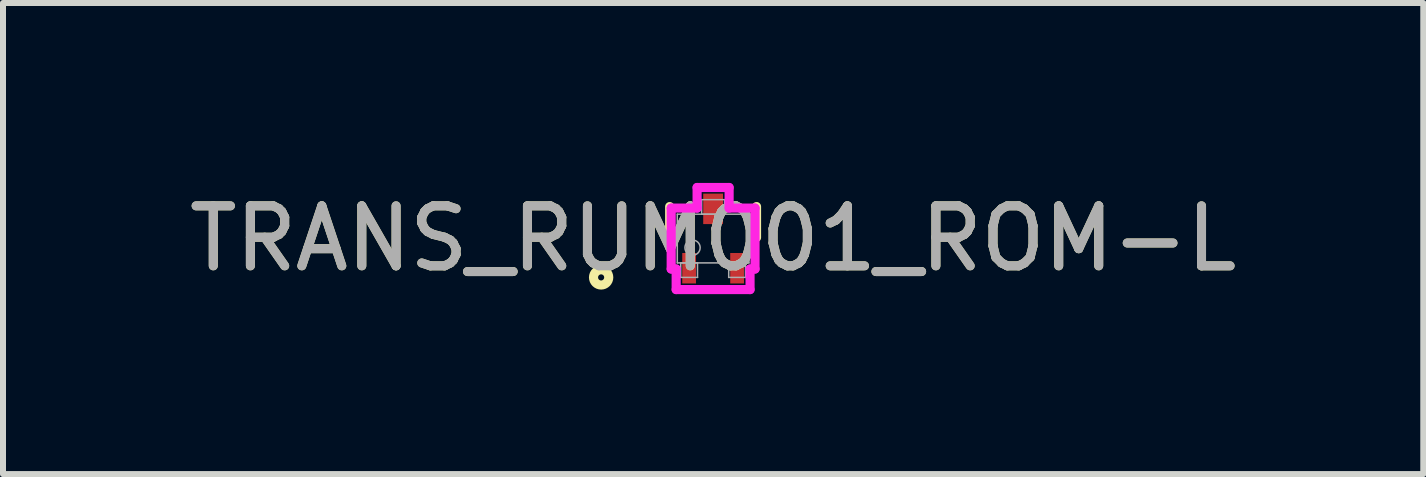
<source format=kicad_pcb>
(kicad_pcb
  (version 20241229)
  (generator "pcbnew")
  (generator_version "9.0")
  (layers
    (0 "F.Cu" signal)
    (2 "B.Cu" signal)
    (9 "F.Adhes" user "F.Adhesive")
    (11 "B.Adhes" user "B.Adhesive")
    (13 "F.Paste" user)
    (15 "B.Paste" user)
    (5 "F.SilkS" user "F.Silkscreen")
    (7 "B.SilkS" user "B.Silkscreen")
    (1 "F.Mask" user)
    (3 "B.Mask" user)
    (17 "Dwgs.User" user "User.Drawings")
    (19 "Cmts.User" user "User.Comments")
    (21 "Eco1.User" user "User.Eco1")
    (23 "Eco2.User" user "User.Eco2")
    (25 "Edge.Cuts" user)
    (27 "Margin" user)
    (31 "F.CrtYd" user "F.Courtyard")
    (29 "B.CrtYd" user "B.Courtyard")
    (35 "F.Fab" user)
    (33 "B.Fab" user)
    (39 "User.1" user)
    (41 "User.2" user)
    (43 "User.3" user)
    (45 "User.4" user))
  (footprint "TRANS_RUM001_ROM-L"
    (layer "F.Cu")
    (at 8.839 0.927)
    (property "Reference" "TRANS_RUM001_ROM-L" (at 0 0 0) (unlocked yes) (layer "F.SilkS") (effects (font (size 1 1) (thickness 0.15))))
    (attr smd)
    (fp_line (start -0.724 -0.533) (end -0.724 -0.017) (stroke (width 0.152) (type solid)) (layer "F.SilkS"))
    (fp_line (start 0.724 -0.017) (end 0.724 -0.533) (stroke (width 0.152) (type solid)) (layer "F.SilkS"))
    (fp_circle (center -1.867 0.648) (end -1.74 0.648) (stroke (width 0.152) (type solid)) (fill no) (layer "F.SilkS"))
    (fp_line (start -0.699 -0.508) (end -0.267 -0.508) (stroke (width 0.152) (type solid)) (layer "F.CrtYd"))
    (fp_line (start -0.699 0.508) (end -0.699 -0.508) (stroke (width 0.152) (type solid)) (layer "F.CrtYd"))
    (fp_line (start -0.699 0.508) (end -0.616 0.508) (stroke (width 0.152) (type solid)) (layer "F.CrtYd"))
    (fp_line (start -0.616 0.508) (end -0.616 0.851) (stroke (width 0.152) (type solid)) (layer "F.CrtYd"))
    (fp_line (start -0.616 0.851) (end 0.616 0.851) (stroke (width 0.152) (type solid)) (layer "F.CrtYd"))
    (fp_line (start -0.267 -0.851) (end 0.267 -0.851) (stroke (width 0.152) (type solid)) (layer "F.CrtYd"))
    (fp_line (start -0.267 -0.508) (end -0.267 -0.851) (stroke (width 0.152) (type solid)) (layer "F.CrtYd"))
    (fp_line (start 0.267 -0.508) (end 0.267 -0.851) (stroke (width 0.152) (type solid)) (layer "F.CrtYd"))
    (fp_line (start 0.616 0.508) (end 0.616 0.851) (stroke (width 0.152) (type solid)) (layer "F.CrtYd"))
    (fp_line (start 0.699 -0.508) (end 0.267 -0.508) (stroke (width 0.152) (type solid)) (layer "F.CrtYd"))
    (fp_line (start 0.699 -0.508) (end 0.699 0.508) (stroke (width 0.152) (type solid)) (layer "F.CrtYd"))
    (fp_line (start 0.699 0.508) (end 0.616 0.508) (stroke (width 0.152) (type solid)) (layer "F.CrtYd"))
    (fp_line (start -0.597 -0.406) (end -0.597 0.406) (stroke (width 0.025) (type solid)) (layer "F.Fab"))
    (fp_line (start -0.597 0.406) (end 0.597 0.406) (stroke (width 0.025) (type solid)) (layer "F.Fab"))
    (fp_line (start -0.54 0.406) (end -0.54 0.648) (stroke (width 0.025) (type solid)) (layer "F.Fab"))
    (fp_line (start -0.54 0.648) (end -0.26 0.648) (stroke (width 0.025) (type solid)) (layer "F.Fab"))
    (fp_line (start -0.26 0.406) (end -0.54 0.406) (stroke (width 0.025) (type solid)) (layer "F.Fab"))
    (fp_line (start -0.26 0.648) (end -0.26 0.406) (stroke (width 0.025) (type solid)) (layer "F.Fab"))
    (fp_line (start -0.191 -0.648) (end -0.191 -0.406) (stroke (width 0.025) (type solid)) (layer "F.Fab"))
    (fp_line (start -0.191 -0.406) (end 0.191 -0.406) (stroke (width 0.025) (type solid)) (layer "F.Fab"))
    (fp_line (start 0.191 -0.648) (end -0.191 -0.648) (stroke (width 0.025) (type solid)) (layer "F.Fab"))
    (fp_line (start 0.191 -0.406) (end 0.191 -0.648) (stroke (width 0.025) (type solid)) (layer "F.Fab"))
    (fp_line (start 0.26 0.406) (end 0.26 0.648) (stroke (width 0.025) (type solid)) (layer "F.Fab"))
    (fp_line (start 0.26 0.648) (end 0.54 0.648) (stroke (width 0.025) (type solid)) (layer "F.Fab"))
    (fp_line (start 0.54 0.406) (end 0.26 0.406) (stroke (width 0.025) (type solid)) (layer "F.Fab"))
    (fp_line (start 0.54 0.648) (end 0.54 0.406) (stroke (width 0.025) (type solid)) (layer "F.Fab"))
    (fp_line (start 0.597 -0.406) (end -0.597 -0.406) (stroke (width 0.025) (type solid)) (layer "F.Fab"))
    (fp_line (start 0.597 0.406) (end 0.597 -0.406) (stroke (width 0.025) (type solid)) (layer "F.Fab"))
    (fp_circle (center -0.343 0.152) (end -0.216 0.152) (stroke (width 0.025) (type solid)) (fill no) (layer "F.Fab"))
    (fp_text user "${REFERENCE}" (at 0 0 0) (unlocked yes) (layer "F.Fab") (effects (font (size 1 1) (thickness 0.15))))
    (pad "1" smd rect (at -0.4 0.495) (size 0.229 0.508) (layers "F.Cu" "F.Mask" "F.Paste"))
    (pad "2" smd rect (at 0.4 0.495) (size 0.229 0.508) (layers "F.Cu" "F.Mask" "F.Paste"))
    (pad "3" smd rect (at 0 -0.495) (size 0.33 0.508) (layers "F.Cu" "F.Mask" "F.Paste")))
  (gr_rect
    (start -3 -3)
    (end 20.679 4.854)
    (stroke (width 0.1) (type default))
    (fill no)
    (layer "Edge.Cuts")))
</source>
